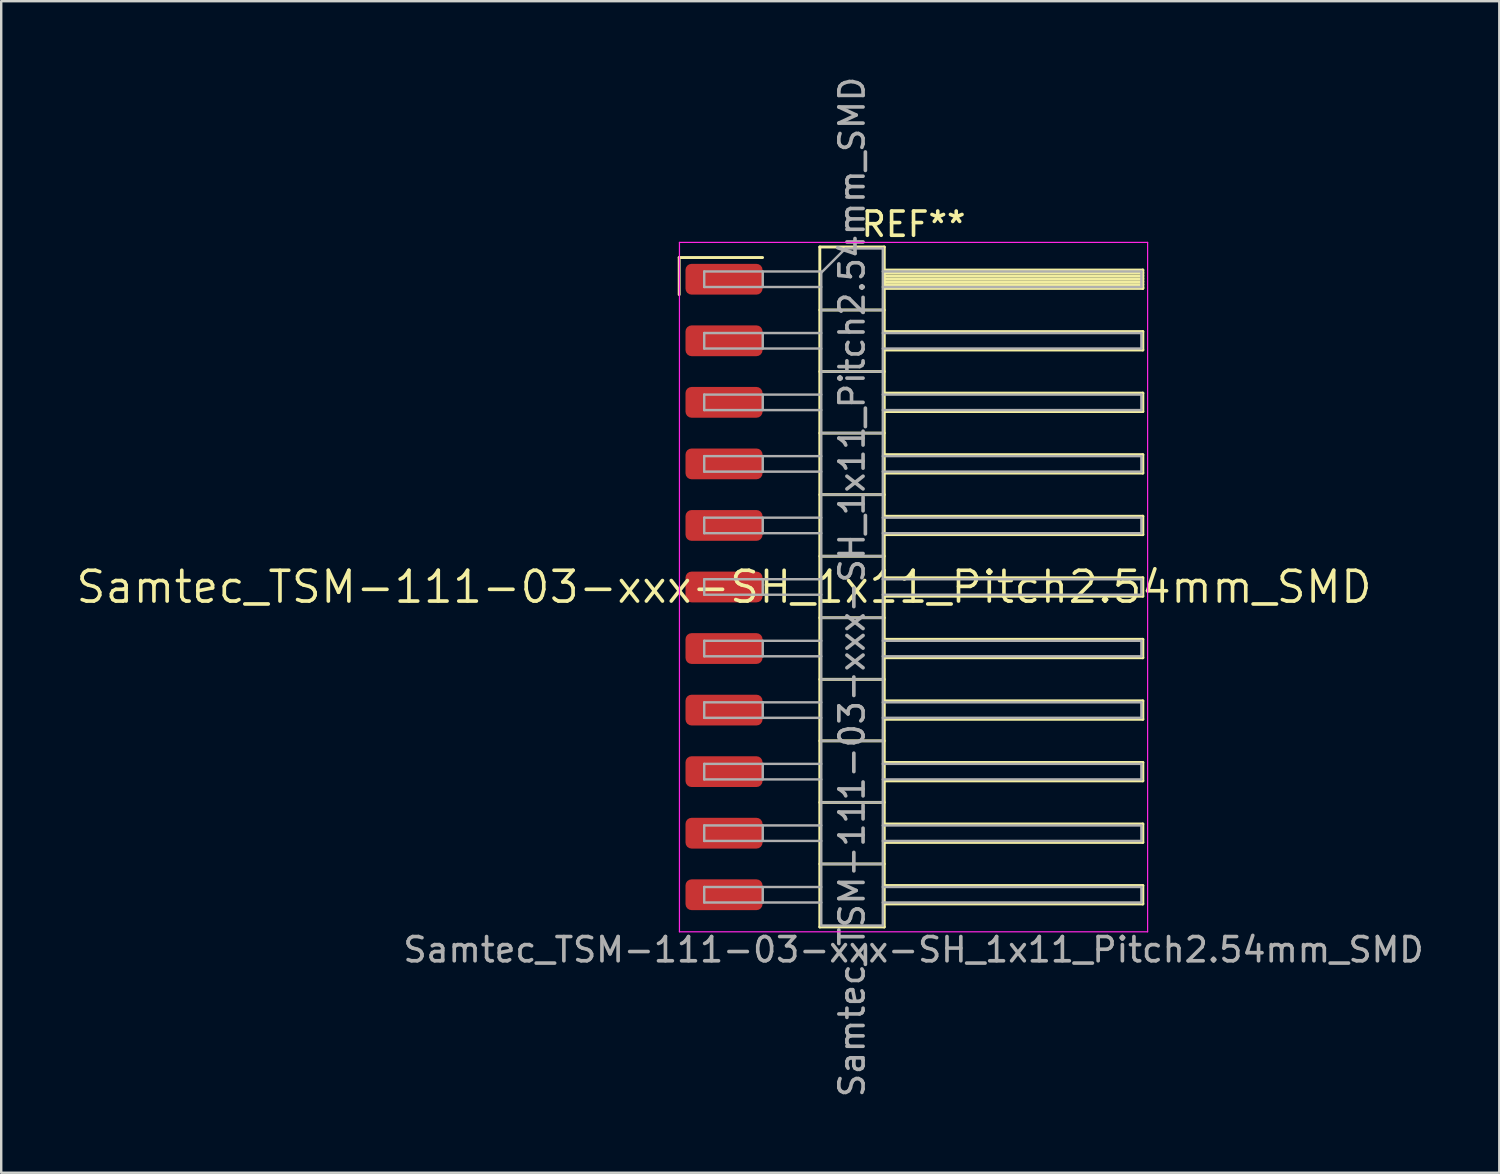
<source format=kicad_pcb>
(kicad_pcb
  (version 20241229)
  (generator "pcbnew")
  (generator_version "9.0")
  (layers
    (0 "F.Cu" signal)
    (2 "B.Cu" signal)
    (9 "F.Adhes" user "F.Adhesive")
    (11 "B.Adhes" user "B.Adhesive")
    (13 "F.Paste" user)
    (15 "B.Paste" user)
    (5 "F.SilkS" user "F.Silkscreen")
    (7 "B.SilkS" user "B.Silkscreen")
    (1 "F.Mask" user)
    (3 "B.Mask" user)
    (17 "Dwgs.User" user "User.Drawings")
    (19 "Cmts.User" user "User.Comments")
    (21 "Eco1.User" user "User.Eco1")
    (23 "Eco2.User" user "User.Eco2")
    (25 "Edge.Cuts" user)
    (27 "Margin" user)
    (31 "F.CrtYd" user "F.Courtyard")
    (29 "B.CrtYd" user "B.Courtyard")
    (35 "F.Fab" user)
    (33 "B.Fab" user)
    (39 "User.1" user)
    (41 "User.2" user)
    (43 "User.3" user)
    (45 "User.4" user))
  (footprint "Samtec_TSM-111-03-xxx-SH_1x11_Pitch2.54mm_SMD"
    (layer "F.Cu")
    (at 26.828 21.173)
    (property "Reference" "Samtec_TSM-111-03-xxx-SH_1x11_Pitch2.54mm_SMD" (at 0 0 0) (layer "F.SilkS") (effects (font (size 1.27 1.27) (thickness 0.15))))
    (attr smd)
    (fp_line (start -1.85 -13.595) (end 1.59 -13.595) (stroke (width 0.12) (type solid)) (layer "F.SilkS"))
    (fp_line (start -1.85 -12.065) (end -1.85 -13.595) (stroke (width 0.12) (type solid)) (layer "F.SilkS"))
    (fp_line (start 3.953 -14.03) (end 6.613 -14.03) (stroke (width 0.12) (type solid)) (layer "F.SilkS"))
    (fp_line (start 3.953 -11.43) (end 6.613 -11.43) (stroke (width 0.12) (type solid)) (layer "F.SilkS"))
    (fp_line (start 3.953 -8.89) (end 6.613 -8.89) (stroke (width 0.12) (type solid)) (layer "F.SilkS"))
    (fp_line (start 3.953 -6.35) (end 6.613 -6.35) (stroke (width 0.12) (type solid)) (layer "F.SilkS"))
    (fp_line (start 3.953 -3.81) (end 6.613 -3.81) (stroke (width 0.12) (type solid)) (layer "F.SilkS"))
    (fp_line (start 3.953 -1.27) (end 6.613 -1.27) (stroke (width 0.12) (type solid)) (layer "F.SilkS"))
    (fp_line (start 3.953 1.27) (end 6.613 1.27) (stroke (width 0.12) (type solid)) (layer "F.SilkS"))
    (fp_line (start 3.953 3.81) (end 6.613 3.81) (stroke (width 0.12) (type solid)) (layer "F.SilkS"))
    (fp_line (start 3.953 6.35) (end 6.613 6.35) (stroke (width 0.12) (type solid)) (layer "F.SilkS"))
    (fp_line (start 3.953 8.89) (end 6.613 8.89) (stroke (width 0.12) (type solid)) (layer "F.SilkS"))
    (fp_line (start 3.953 11.43) (end 6.613 11.43) (stroke (width 0.12) (type solid)) (layer "F.SilkS"))
    (fp_line (start 3.953 14.03) (end 3.953 -14.03) (stroke (width 0.12) (type solid)) (layer "F.SilkS"))
    (fp_line (start 6.613 -14.03) (end 6.613 14.03) (stroke (width 0.12) (type solid)) (layer "F.SilkS"))
    (fp_line (start 6.613 -13.08) (end 17.283 -13.08) (stroke (width 0.12) (type solid)) (layer "F.SilkS"))
    (fp_line (start 6.613 -12.96) (end 17.283 -12.96) (stroke (width 0.12) (type solid)) (layer "F.SilkS"))
    (fp_line (start 6.613 -12.84) (end 17.283 -12.84) (stroke (width 0.12) (type solid)) (layer "F.SilkS"))
    (fp_line (start 6.613 -12.72) (end 17.283 -12.72) (stroke (width 0.12) (type solid)) (layer "F.SilkS"))
    (fp_line (start 6.613 -12.6) (end 17.283 -12.6) (stroke (width 0.12) (type solid)) (layer "F.SilkS"))
    (fp_line (start 6.613 -12.48) (end 17.283 -12.48) (stroke (width 0.12) (type solid)) (layer "F.SilkS"))
    (fp_line (start 6.613 -12.36) (end 17.283 -12.36) (stroke (width 0.12) (type solid)) (layer "F.SilkS"))
    (fp_line (start 6.613 -12.32) (end 17.283 -12.32) (stroke (width 0.12) (type solid)) (layer "F.SilkS"))
    (fp_line (start 6.613 -10.54) (end 17.283 -10.54) (stroke (width 0.12) (type solid)) (layer "F.SilkS"))
    (fp_line (start 6.613 -9.78) (end 17.283 -9.78) (stroke (width 0.12) (type solid)) (layer "F.SilkS"))
    (fp_line (start 6.613 -8) (end 17.283 -8) (stroke (width 0.12) (type solid)) (layer "F.SilkS"))
    (fp_line (start 6.613 -7.24) (end 17.283 -7.24) (stroke (width 0.12) (type solid)) (layer "F.SilkS"))
    (fp_line (start 6.613 -5.46) (end 17.283 -5.46) (stroke (width 0.12) (type solid)) (layer "F.SilkS"))
    (fp_line (start 6.613 -4.7) (end 17.283 -4.7) (stroke (width 0.12) (type solid)) (layer "F.SilkS"))
    (fp_line (start 6.613 -2.92) (end 17.283 -2.92) (stroke (width 0.12) (type solid)) (layer "F.SilkS"))
    (fp_line (start 6.613 -2.16) (end 17.283 -2.16) (stroke (width 0.12) (type solid)) (layer "F.SilkS"))
    (fp_line (start 6.613 -0.38) (end 17.283 -0.38) (stroke (width 0.12) (type solid)) (layer "F.SilkS"))
    (fp_line (start 6.613 0.38) (end 17.283 0.38) (stroke (width 0.12) (type solid)) (layer "F.SilkS"))
    (fp_line (start 6.613 2.16) (end 17.283 2.16) (stroke (width 0.12) (type solid)) (layer "F.SilkS"))
    (fp_line (start 6.613 2.92) (end 17.283 2.92) (stroke (width 0.12) (type solid)) (layer "F.SilkS"))
    (fp_line (start 6.613 4.7) (end 17.283 4.7) (stroke (width 0.12) (type solid)) (layer "F.SilkS"))
    (fp_line (start 6.613 5.46) (end 17.283 5.46) (stroke (width 0.12) (type solid)) (layer "F.SilkS"))
    (fp_line (start 6.613 7.24) (end 17.283 7.24) (stroke (width 0.12) (type solid)) (layer "F.SilkS"))
    (fp_line (start 6.613 8) (end 17.283 8) (stroke (width 0.12) (type solid)) (layer "F.SilkS"))
    (fp_line (start 6.613 9.78) (end 17.283 9.78) (stroke (width 0.12) (type solid)) (layer "F.SilkS"))
    (fp_line (start 6.613 10.54) (end 17.283 10.54) (stroke (width 0.12) (type solid)) (layer "F.SilkS"))
    (fp_line (start 6.613 12.32) (end 17.283 12.32) (stroke (width 0.12) (type solid)) (layer "F.SilkS"))
    (fp_line (start 6.613 13.08) (end 17.283 13.08) (stroke (width 0.12) (type solid)) (layer "F.SilkS"))
    (fp_line (start 6.613 14.03) (end 3.953 14.03) (stroke (width 0.12) (type solid)) (layer "F.SilkS"))
    (fp_line (start 17.283 -13.08) (end 17.283 -12.32) (stroke (width 0.12) (type solid)) (layer "F.SilkS"))
    (fp_line (start 17.283 -10.54) (end 17.283 -9.78) (stroke (width 0.12) (type solid)) (layer "F.SilkS"))
    (fp_line (start 17.283 -8) (end 17.283 -7.24) (stroke (width 0.12) (type solid)) (layer "F.SilkS"))
    (fp_line (start 17.283 -5.46) (end 17.283 -4.7) (stroke (width 0.12) (type solid)) (layer "F.SilkS"))
    (fp_line (start 17.283 -2.92) (end 17.283 -2.16) (stroke (width 0.12) (type solid)) (layer "F.SilkS"))
    (fp_line (start 17.283 -0.38) (end 17.283 0.38) (stroke (width 0.12) (type solid)) (layer "F.SilkS"))
    (fp_line (start 17.283 2.16) (end 17.283 2.92) (stroke (width 0.12) (type solid)) (layer "F.SilkS"))
    (fp_line (start 17.283 4.7) (end 17.283 5.46) (stroke (width 0.12) (type solid)) (layer "F.SilkS"))
    (fp_line (start 17.283 7.24) (end 17.283 8) (stroke (width 0.12) (type solid)) (layer "F.SilkS"))
    (fp_line (start 17.283 9.78) (end 17.283 10.54) (stroke (width 0.12) (type solid)) (layer "F.SilkS"))
    (fp_line (start 17.283 12.32) (end 17.283 13.08) (stroke (width 0.12) (type solid)) (layer "F.SilkS"))
    (fp_line (start -1.84 -14.22) (end 17.48 -14.22) (stroke (width 0.05) (type solid)) (layer "F.CrtYd"))
    (fp_line (start -1.84 14.23) (end -1.84 -14.22) (stroke (width 0.05) (type solid)) (layer "F.CrtYd"))
    (fp_line (start 17.48 -14.22) (end 17.48 14.23) (stroke (width 0.05) (type solid)) (layer "F.CrtYd"))
    (fp_line (start 17.48 14.23) (end -1.84 14.23) (stroke (width 0.05) (type solid)) (layer "F.CrtYd"))
    (fp_line (start -0.817 -13.02) (end -0.817 -12.38) (stroke (width 0.1) (type solid)) (layer "F.Fab"))
    (fp_line (start -0.817 -13.02) (end 4.013 -13.02) (stroke (width 0.1) (type solid)) (layer "F.Fab"))
    (fp_line (start -0.817 -12.38) (end 4.013 -12.38) (stroke (width 0.1) (type solid)) (layer "F.Fab"))
    (fp_line (start -0.817 -10.48) (end -0.817 -9.84) (stroke (width 0.1) (type solid)) (layer "F.Fab"))
    (fp_line (start -0.817 -10.48) (end 4.013 -10.48) (stroke (width 0.1) (type solid)) (layer "F.Fab"))
    (fp_line (start -0.817 -9.84) (end 4.013 -9.84) (stroke (width 0.1) (type solid)) (layer "F.Fab"))
    (fp_line (start -0.817 -7.94) (end -0.817 -7.3) (stroke (width 0.1) (type solid)) (layer "F.Fab"))
    (fp_line (start -0.817 -7.94) (end 4.013 -7.94) (stroke (width 0.1) (type solid)) (layer "F.Fab"))
    (fp_line (start -0.817 -7.3) (end 4.013 -7.3) (stroke (width 0.1) (type solid)) (layer "F.Fab"))
    (fp_line (start -0.817 -5.4) (end -0.817 -4.76) (stroke (width 0.1) (type solid)) (layer "F.Fab"))
    (fp_line (start -0.817 -5.4) (end 4.013 -5.4) (stroke (width 0.1) (type solid)) (layer "F.Fab"))
    (fp_line (start -0.817 -4.76) (end 4.013 -4.76) (stroke (width 0.1) (type solid)) (layer "F.Fab"))
    (fp_line (start -0.817 -2.86) (end -0.817 -2.22) (stroke (width 0.1) (type solid)) (layer "F.Fab"))
    (fp_line (start -0.817 -2.86) (end 4.013 -2.86) (stroke (width 0.1) (type solid)) (layer "F.Fab"))
    (fp_line (start -0.817 -2.22) (end 4.013 -2.22) (stroke (width 0.1) (type solid)) (layer "F.Fab"))
    (fp_line (start -0.817 -0.32) (end -0.817 0.32) (stroke (width 0.1) (type solid)) (layer "F.Fab"))
    (fp_line (start -0.817 -0.32) (end 4.013 -0.32) (stroke (width 0.1) (type solid)) (layer "F.Fab"))
    (fp_line (start -0.817 0.32) (end 4.013 0.32) (stroke (width 0.1) (type solid)) (layer "F.Fab"))
    (fp_line (start -0.817 2.22) (end -0.817 2.86) (stroke (width 0.1) (type solid)) (layer "F.Fab"))
    (fp_line (start -0.817 2.22) (end 4.013 2.22) (stroke (width 0.1) (type solid)) (layer "F.Fab"))
    (fp_line (start -0.817 2.86) (end 4.013 2.86) (stroke (width 0.1) (type solid)) (layer "F.Fab"))
    (fp_line (start -0.817 4.76) (end -0.817 5.4) (stroke (width 0.1) (type solid)) (layer "F.Fab"))
    (fp_line (start -0.817 4.76) (end 4.013 4.76) (stroke (width 0.1) (type solid)) (layer "F.Fab"))
    (fp_line (start -0.817 5.4) (end 4.013 5.4) (stroke (width 0.1) (type solid)) (layer "F.Fab"))
    (fp_line (start -0.817 7.3) (end -0.817 7.94) (stroke (width 0.1) (type solid)) (layer "F.Fab"))
    (fp_line (start -0.817 7.3) (end 4.013 7.3) (stroke (width 0.1) (type solid)) (layer "F.Fab"))
    (fp_line (start -0.817 7.94) (end 4.013 7.94) (stroke (width 0.1) (type solid)) (layer "F.Fab"))
    (fp_line (start -0.817 9.84) (end -0.817 10.48) (stroke (width 0.1) (type solid)) (layer "F.Fab"))
    (fp_line (start -0.817 9.84) (end 4.013 9.84) (stroke (width 0.1) (type solid)) (layer "F.Fab"))
    (fp_line (start -0.817 10.48) (end 4.013 10.48) (stroke (width 0.1) (type solid)) (layer "F.Fab"))
    (fp_line (start -0.817 12.38) (end -0.817 13.02) (stroke (width 0.1) (type solid)) (layer "F.Fab"))
    (fp_line (start -0.817 12.38) (end 4.013 12.38) (stroke (width 0.1) (type solid)) (layer "F.Fab"))
    (fp_line (start -0.817 13.02) (end 4.013 13.02) (stroke (width 0.1) (type solid)) (layer "F.Fab"))
    (fp_line (start 1.598 -13.02) (end 1.598 -12.38) (stroke (width 0.1) (type solid)) (layer "F.Fab"))
    (fp_line (start 1.598 -10.48) (end 1.598 -9.84) (stroke (width 0.1) (type solid)) (layer "F.Fab"))
    (fp_line (start 1.598 -7.94) (end 1.598 -7.3) (stroke (width 0.1) (type solid)) (layer "F.Fab"))
    (fp_line (start 1.598 -5.4) (end 1.598 -4.76) (stroke (width 0.1) (type solid)) (layer "F.Fab"))
    (fp_line (start 1.598 -2.86) (end 1.598 -2.22) (stroke (width 0.1) (type solid)) (layer "F.Fab"))
    (fp_line (start 1.598 -0.32) (end 1.598 0.32) (stroke (width 0.1) (type solid)) (layer "F.Fab"))
    (fp_line (start 1.598 2.22) (end 1.598 2.86) (stroke (width 0.1) (type solid)) (layer "F.Fab"))
    (fp_line (start 1.598 4.76) (end 1.598 5.4) (stroke (width 0.1) (type solid)) (layer "F.Fab"))
    (fp_line (start 1.598 7.3) (end 1.598 7.94) (stroke (width 0.1) (type solid)) (layer "F.Fab"))
    (fp_line (start 1.598 9.84) (end 1.598 10.48) (stroke (width 0.1) (type solid)) (layer "F.Fab"))
    (fp_line (start 1.598 12.38) (end 1.598 13.02) (stroke (width 0.1) (type solid)) (layer "F.Fab"))
    (fp_line (start 4.013 -12.97) (end 5.013 -13.97) (stroke (width 0.1) (type solid)) (layer "F.Fab"))
    (fp_line (start 4.013 -11.43) (end 6.553 -11.43) (stroke (width 0.1) (type solid)) (layer "F.Fab"))
    (fp_line (start 4.013 -8.89) (end 6.553 -8.89) (stroke (width 0.1) (type solid)) (layer "F.Fab"))
    (fp_line (start 4.013 -6.35) (end 6.553 -6.35) (stroke (width 0.1) (type solid)) (layer "F.Fab"))
    (fp_line (start 4.013 -3.81) (end 6.553 -3.81) (stroke (width 0.1) (type solid)) (layer "F.Fab"))
    (fp_line (start 4.013 -1.27) (end 6.553 -1.27) (stroke (width 0.1) (type solid)) (layer "F.Fab"))
    (fp_line (start 4.013 1.27) (end 6.553 1.27) (stroke (width 0.1) (type solid)) (layer "F.Fab"))
    (fp_line (start 4.013 3.81) (end 6.553 3.81) (stroke (width 0.1) (type solid)) (layer "F.Fab"))
    (fp_line (start 4.013 6.35) (end 6.553 6.35) (stroke (width 0.1) (type solid)) (layer "F.Fab"))
    (fp_line (start 4.013 8.89) (end 6.553 8.89) (stroke (width 0.1) (type solid)) (layer "F.Fab"))
    (fp_line (start 4.013 11.43) (end 6.553 11.43) (stroke (width 0.1) (type solid)) (layer "F.Fab"))
    (fp_line (start 4.013 13.97) (end 4.013 -12.97) (stroke (width 0.1) (type solid)) (layer "F.Fab"))
    (fp_line (start 5.013 -13.97) (end 6.553 -13.97) (stroke (width 0.1) (type solid)) (layer "F.Fab"))
    (fp_line (start 6.553 -13.97) (end 6.553 13.97) (stroke (width 0.1) (type solid)) (layer "F.Fab"))
    (fp_line (start 6.553 -13.02) (end 17.223 -13.02) (stroke (width 0.1) (type solid)) (layer "F.Fab"))
    (fp_line (start 6.553 -12.38) (end 17.223 -12.38) (stroke (width 0.1) (type solid)) (layer "F.Fab"))
    (fp_line (start 6.553 -10.48) (end 17.223 -10.48) (stroke (width 0.1) (type solid)) (layer "F.Fab"))
    (fp_line (start 6.553 -9.84) (end 17.223 -9.84) (stroke (width 0.1) (type solid)) (layer "F.Fab"))
    (fp_line (start 6.553 -7.94) (end 17.223 -7.94) (stroke (width 0.1) (type solid)) (layer "F.Fab"))
    (fp_line (start 6.553 -7.3) (end 17.223 -7.3) (stroke (width 0.1) (type solid)) (layer "F.Fab"))
    (fp_line (start 6.553 -5.4) (end 17.223 -5.4) (stroke (width 0.1) (type solid)) (layer "F.Fab"))
    (fp_line (start 6.553 -4.76) (end 17.223 -4.76) (stroke (width 0.1) (type solid)) (layer "F.Fab"))
    (fp_line (start 6.553 -2.86) (end 17.223 -2.86) (stroke (width 0.1) (type solid)) (layer "F.Fab"))
    (fp_line (start 6.553 -2.22) (end 17.223 -2.22) (stroke (width 0.1) (type solid)) (layer "F.Fab"))
    (fp_line (start 6.553 -0.32) (end 17.223 -0.32) (stroke (width 0.1) (type solid)) (layer "F.Fab"))
    (fp_line (start 6.553 0.32) (end 17.223 0.32) (stroke (width 0.1) (type solid)) (layer "F.Fab"))
    (fp_line (start 6.553 2.22) (end 17.223 2.22) (stroke (width 0.1) (type solid)) (layer "F.Fab"))
    (fp_line (start 6.553 2.86) (end 17.223 2.86) (stroke (width 0.1) (type solid)) (layer "F.Fab"))
    (fp_line (start 6.553 4.76) (end 17.223 4.76) (stroke (width 0.1) (type solid)) (layer "F.Fab"))
    (fp_line (start 6.553 5.4) (end 17.223 5.4) (stroke (width 0.1) (type solid)) (layer "F.Fab"))
    (fp_line (start 6.553 7.3) (end 17.223 7.3) (stroke (width 0.1) (type solid)) (layer "F.Fab"))
    (fp_line (start 6.553 7.94) (end 17.223 7.94) (stroke (width 0.1) (type solid)) (layer "F.Fab"))
    (fp_line (start 6.553 9.84) (end 17.223 9.84) (stroke (width 0.1) (type solid)) (layer "F.Fab"))
    (fp_line (start 6.553 10.48) (end 17.223 10.48) (stroke (width 0.1) (type solid)) (layer "F.Fab"))
    (fp_line (start 6.553 12.38) (end 17.223 12.38) (stroke (width 0.1) (type solid)) (layer "F.Fab"))
    (fp_line (start 6.553 13.02) (end 17.223 13.02) (stroke (width 0.1) (type solid)) (layer "F.Fab"))
    (fp_line (start 6.553 13.97) (end 4.013 13.97) (stroke (width 0.1) (type solid)) (layer "F.Fab"))
    (fp_line (start 17.223 -13.02) (end 17.223 -12.38) (stroke (width 0.1) (type solid)) (layer "F.Fab"))
    (fp_line (start 17.223 -10.48) (end 17.223 -9.84) (stroke (width 0.1) (type solid)) (layer "F.Fab"))
    (fp_line (start 17.223 -7.94) (end 17.223 -7.3) (stroke (width 0.1) (type solid)) (layer "F.Fab"))
    (fp_line (start 17.223 -5.4) (end 17.223 -4.76) (stroke (width 0.1) (type solid)) (layer "F.Fab"))
    (fp_line (start 17.223 -2.86) (end 17.223 -2.22) (stroke (width 0.1) (type solid)) (layer "F.Fab"))
    (fp_line (start 17.223 -0.32) (end 17.223 0.32) (stroke (width 0.1) (type solid)) (layer "F.Fab"))
    (fp_line (start 17.223 2.22) (end 17.223 2.86) (stroke (width 0.1) (type solid)) (layer "F.Fab"))
    (fp_line (start 17.223 4.76) (end 17.223 5.4) (stroke (width 0.1) (type solid)) (layer "F.Fab"))
    (fp_line (start 17.223 7.3) (end 17.223 7.94) (stroke (width 0.1) (type solid)) (layer "F.Fab"))
    (fp_line (start 17.223 9.84) (end 17.223 10.48) (stroke (width 0.1) (type solid)) (layer "F.Fab"))
    (fp_line (start 17.223 12.38) (end 17.223 13.02) (stroke (width 0.1) (type solid)) (layer "F.Fab"))
    (fp_text user "REF**" (at 7.82 -14.97 0) (layer "F.SilkS") (effects (font (size 1 1) (thickness 0.15))))
    (fp_text user "${REFERENCE}" (at 5.283 0 90) (layer "F.Fab") (effects (font (size 1 1) (thickness 0.15))))
    (fp_text user "Samtec_TSM-111-03-xxx-SH_1x11_Pitch2.54mm_SMD" (at 7.82 14.97 0) (layer "F.Fab") (effects (font (size 1 1) (thickness 0.15))))
    (pad "1" smd roundrect (at 0 -12.7) (size 3.18 1.27) (layers "F.Cu" "F.Mask" "F.Paste") (roundrect_rratio 0.197))
    (pad "2" smd roundrect (at 0 -10.16) (size 3.18 1.27) (layers "F.Cu" "F.Mask" "F.Paste") (roundrect_rratio 0.197))
    (pad "3" smd roundrect (at 0 -7.62) (size 3.18 1.27) (layers "F.Cu" "F.Mask" "F.Paste") (roundrect_rratio 0.197))
    (pad "4" smd roundrect (at 0 -5.08) (size 3.18 1.27) (layers "F.Cu" "F.Mask" "F.Paste") (roundrect_rratio 0.197))
    (pad "5" smd roundrect (at 0 -2.54) (size 3.18 1.27) (layers "F.Cu" "F.Mask" "F.Paste") (roundrect_rratio 0.197))
    (pad "6" smd roundrect (at 0 0) (size 3.18 1.27) (layers "F.Cu" "F.Mask" "F.Paste") (roundrect_rratio 0.197))
    (pad "7" smd roundrect (at 0 2.54) (size 3.18 1.27) (layers "F.Cu" "F.Mask" "F.Paste") (roundrect_rratio 0.197))
    (pad "8" smd roundrect (at 0 5.08) (size 3.18 1.27) (layers "F.Cu" "F.Mask" "F.Paste") (roundrect_rratio 0.197))
    (pad "9" smd roundrect (at 0 7.62) (size 3.18 1.27) (layers "F.Cu" "F.Mask" "F.Paste") (roundrect_rratio 0.197))
    (pad "10" smd roundrect (at 0 10.16) (size 3.18 1.27) (layers "F.Cu" "F.Mask" "F.Paste") (roundrect_rratio 0.197))
    (pad "11" smd roundrect (at 0 12.7) (size 3.18 1.27) (layers "F.Cu" "F.Mask" "F.Paste") (roundrect_rratio 0.197)))
  (gr_rect
    (start -3 -3)
    (end 58.821 45.345)
    (stroke (width 0.1) (type default))
    (fill no)
    (layer "Edge.Cuts")))
</source>
